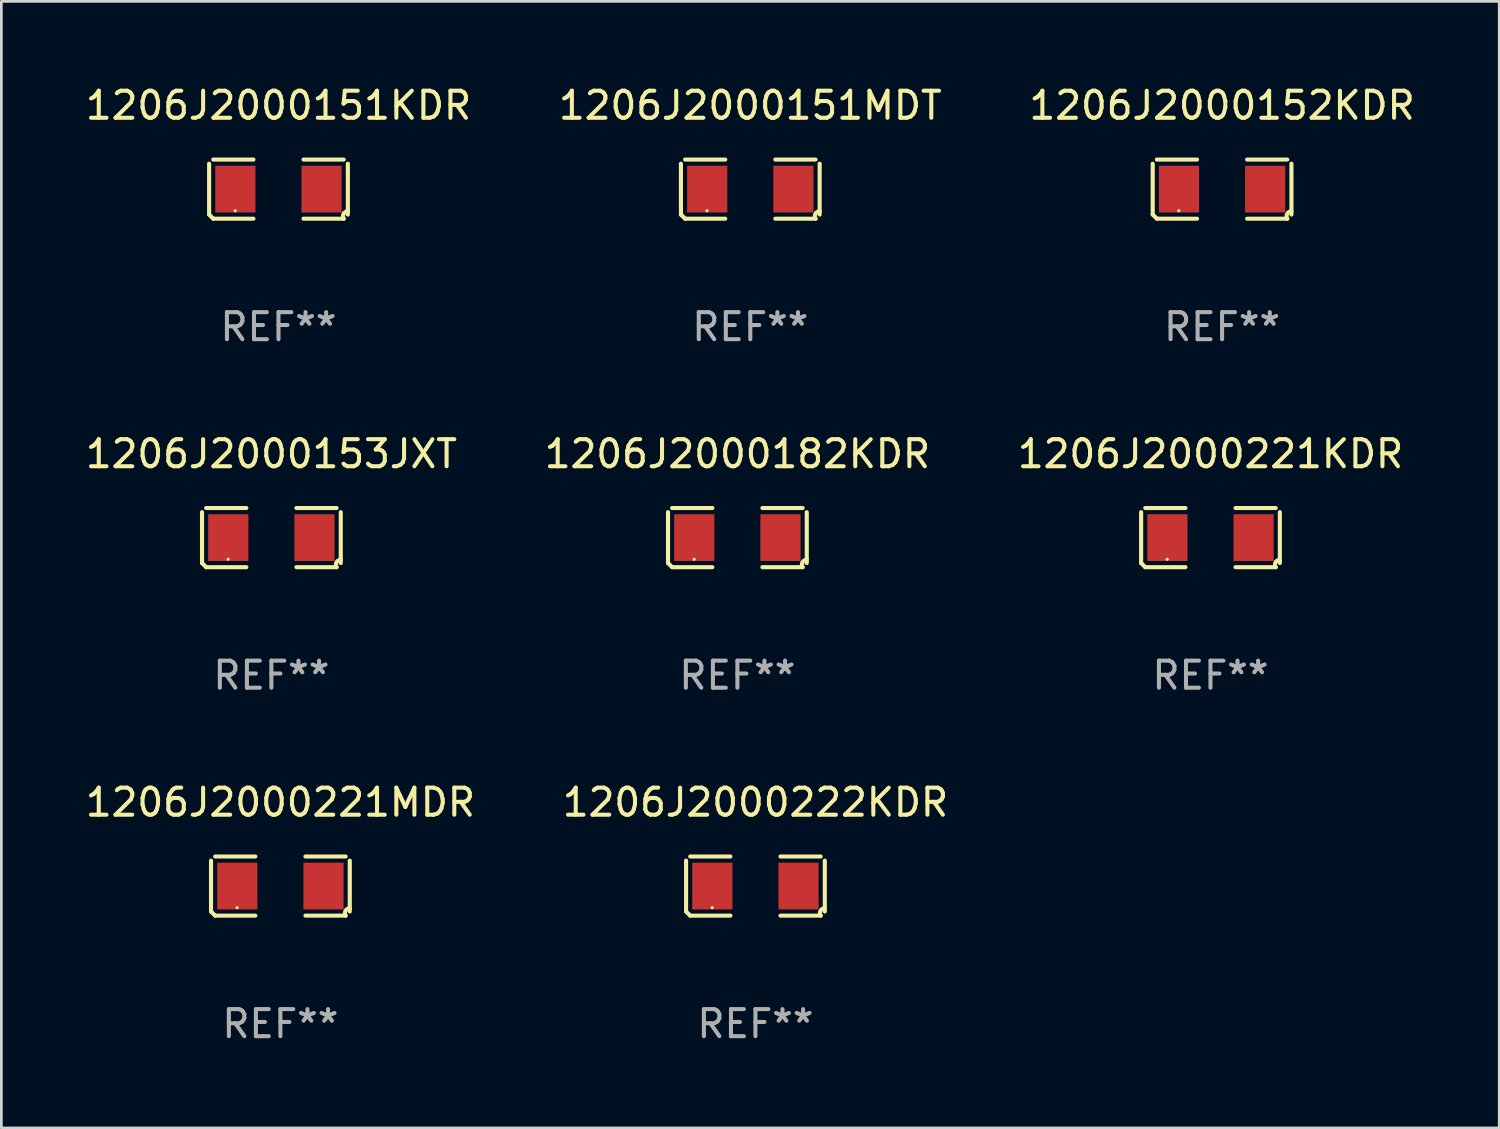
<source format=kicad_pcb>
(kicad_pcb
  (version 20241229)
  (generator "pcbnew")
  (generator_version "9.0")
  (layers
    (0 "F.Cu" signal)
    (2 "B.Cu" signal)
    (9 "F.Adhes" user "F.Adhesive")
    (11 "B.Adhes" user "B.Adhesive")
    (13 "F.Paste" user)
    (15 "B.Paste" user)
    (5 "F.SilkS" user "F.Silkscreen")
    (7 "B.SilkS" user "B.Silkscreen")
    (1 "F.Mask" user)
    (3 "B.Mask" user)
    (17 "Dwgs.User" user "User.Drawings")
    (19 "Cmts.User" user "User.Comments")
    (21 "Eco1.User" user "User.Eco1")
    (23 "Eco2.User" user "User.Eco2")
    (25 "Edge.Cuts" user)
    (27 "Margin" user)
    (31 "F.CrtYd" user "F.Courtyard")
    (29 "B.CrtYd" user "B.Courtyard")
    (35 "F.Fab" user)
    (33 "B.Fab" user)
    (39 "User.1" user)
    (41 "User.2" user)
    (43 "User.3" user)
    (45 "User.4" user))
  (footprint "1206J2000151MDT"
    (layer "F.Cu")
    (at 24.685 3.941)
    (property "Reference" "1206J2000151MDT" (at 0 -3.093 0) (layer "F.SilkS") (effects (font (size 1 1) (thickness 0.15))))
    (attr through_hole)
    (fp_line (start -2.564 0.94) (end -2.564 -0.94) (stroke (width 0.152) (type solid)) (layer "F.SilkS"))
    (fp_line (start -2.411 -1.093) (end -0.926 -1.093) (stroke (width 0.152) (type solid)) (layer "F.SilkS"))
    (fp_line (start -0.926 1.093) (end -2.411 1.093) (stroke (width 0.152) (type solid)) (layer "F.SilkS"))
    (fp_line (start 0.926 1.093) (end 2.411 1.093) (stroke (width 0.152) (type solid)) (layer "F.SilkS"))
    (fp_line (start 2.411 -1.093) (end 0.926 -1.093) (stroke (width 0.152) (type solid)) (layer "F.SilkS"))
    (fp_line (start 2.564 0.94) (end 2.564 -0.94) (stroke (width 0.152) (type solid)) (layer "F.SilkS"))
    (fp_arc (start -2.411201 1.092609) (mid -2.487413 1.01642) (end -2.563602 0.940208) (stroke (width 0.1524) (type solid)) (layer "F.SilkS"))
    (fp_arc (start 2.411201 1.092609) (mid 2.407159 0.911226) (end 2.563602 0.819347) (stroke (width 0.1524) (type solid)) (layer "F.SilkS"))
    (fp_circle (center -1.6 0.8) (end -1.57 0.8) (stroke (width 0.06) (type solid)) (fill no) (layer "F.SilkS"))
    (fp_text user "REF**" (at 0 5.093 0) (layer "F.Fab") (effects (font (size 1 1) (thickness 0.15))))
    (pad "1" smd rect (at -1.593 0) (size 1.485 1.728) (layers "F.Cu" "F.Mask" "F.Paste"))
    (pad "2" smd rect (at 1.593 0) (size 1.485 1.728) (layers "F.Cu" "F.Mask" "F.Paste")))
  (footprint "1206J2000182KDR"
    (layer "F.Cu")
    (at 24.208 16.823)
    (property "Reference" "1206J2000182KDR" (at 0 -3.093 0) (layer "F.SilkS") (effects (font (size 1 1) (thickness 0.15))))
    (attr through_hole)
    (fp_line (start -2.564 0.94) (end -2.564 -0.94) (stroke (width 0.152) (type solid)) (layer "F.SilkS"))
    (fp_line (start -2.411 -1.093) (end -0.926 -1.093) (stroke (width 0.152) (type solid)) (layer "F.SilkS"))
    (fp_line (start -0.926 1.093) (end -2.411 1.093) (stroke (width 0.152) (type solid)) (layer "F.SilkS"))
    (fp_line (start 0.926 1.093) (end 2.411 1.093) (stroke (width 0.152) (type solid)) (layer "F.SilkS"))
    (fp_line (start 2.411 -1.093) (end 0.926 -1.093) (stroke (width 0.152) (type solid)) (layer "F.SilkS"))
    (fp_line (start 2.564 0.94) (end 2.564 -0.94) (stroke (width 0.152) (type solid)) (layer "F.SilkS"))
    (fp_arc (start -2.411201 1.092609) (mid -2.487413 1.01642) (end -2.563602 0.940208) (stroke (width 0.1524) (type solid)) (layer "F.SilkS"))
    (fp_arc (start 2.411201 1.092609) (mid 2.407159 0.911226) (end 2.563602 0.819347) (stroke (width 0.1524) (type solid)) (layer "F.SilkS"))
    (fp_circle (center -1.6 0.8) (end -1.57 0.8) (stroke (width 0.06) (type solid)) (fill no) (layer "F.SilkS"))
    (fp_text user "REF**" (at 0 5.093 0) (layer "F.Fab") (effects (font (size 1 1) (thickness 0.15))))
    (pad "1" smd rect (at -1.593 0) (size 1.485 1.728) (layers "F.Cu" "F.Mask" "F.Paste"))
    (pad "2" smd rect (at 1.593 0) (size 1.485 1.728) (layers "F.Cu" "F.Mask" "F.Paste")))
  (footprint "1206J2000221MDR"
    (layer "F.Cu")
    (at 7.315 29.704)
    (property "Reference" "1206J2000221MDR" (at 0 -3.093 0) (layer "F.SilkS") (effects (font (size 1 1) (thickness 0.15))))
    (attr through_hole)
    (fp_line (start -2.564 0.94) (end -2.564 -0.94) (stroke (width 0.152) (type solid)) (layer "F.SilkS"))
    (fp_line (start -2.411 -1.093) (end -0.926 -1.093) (stroke (width 0.152) (type solid)) (layer "F.SilkS"))
    (fp_line (start -0.926 1.093) (end -2.411 1.093) (stroke (width 0.152) (type solid)) (layer "F.SilkS"))
    (fp_line (start 0.926 1.093) (end 2.411 1.093) (stroke (width 0.152) (type solid)) (layer "F.SilkS"))
    (fp_line (start 2.411 -1.093) (end 0.926 -1.093) (stroke (width 0.152) (type solid)) (layer "F.SilkS"))
    (fp_line (start 2.564 0.94) (end 2.564 -0.94) (stroke (width 0.152) (type solid)) (layer "F.SilkS"))
    (fp_arc (start -2.411201 1.092609) (mid -2.487413 1.01642) (end -2.563602 0.940208) (stroke (width 0.1524) (type solid)) (layer "F.SilkS"))
    (fp_arc (start 2.411201 1.092609) (mid 2.407159 0.911226) (end 2.563602 0.819347) (stroke (width 0.1524) (type solid)) (layer "F.SilkS"))
    (fp_circle (center -1.6 0.8) (end -1.57 0.8) (stroke (width 0.06) (type solid)) (fill no) (layer "F.SilkS"))
    (fp_text user "REF**" (at 0 5.093 0) (layer "F.Fab") (effects (font (size 1 1) (thickness 0.15))))
    (pad "1" smd rect (at -1.593 0) (size 1.485 1.728) (layers "F.Cu" "F.Mask" "F.Paste"))
    (pad "2" smd rect (at 1.593 0) (size 1.485 1.728) (layers "F.Cu" "F.Mask" "F.Paste")))
  (footprint "1206J2000222KDR"
    (layer "F.Cu")
    (at 24.875 29.704)
    (property "Reference" "1206J2000222KDR" (at 0 -3.093 0) (layer "F.SilkS") (effects (font (size 1 1) (thickness 0.15))))
    (attr through_hole)
    (fp_line (start -2.564 0.94) (end -2.564 -0.94) (stroke (width 0.152) (type solid)) (layer "F.SilkS"))
    (fp_line (start -2.411 -1.093) (end -0.926 -1.093) (stroke (width 0.152) (type solid)) (layer "F.SilkS"))
    (fp_line (start -0.926 1.093) (end -2.411 1.093) (stroke (width 0.152) (type solid)) (layer "F.SilkS"))
    (fp_line (start 0.926 1.093) (end 2.411 1.093) (stroke (width 0.152) (type solid)) (layer "F.SilkS"))
    (fp_line (start 2.411 -1.093) (end 0.926 -1.093) (stroke (width 0.152) (type solid)) (layer "F.SilkS"))
    (fp_line (start 2.564 0.94) (end 2.564 -0.94) (stroke (width 0.152) (type solid)) (layer "F.SilkS"))
    (fp_arc (start -2.411201 1.092609) (mid -2.487413 1.01642) (end -2.563602 0.940208) (stroke (width 0.1524) (type solid)) (layer "F.SilkS"))
    (fp_arc (start 2.411201 1.092609) (mid 2.407159 0.911226) (end 2.563602 0.819347) (stroke (width 0.1524) (type solid)) (layer "F.SilkS"))
    (fp_circle (center -1.6 0.8) (end -1.57 0.8) (stroke (width 0.06) (type solid)) (fill no) (layer "F.SilkS"))
    (fp_text user "REF**" (at 0 5.093 0) (layer "F.Fab") (effects (font (size 1 1) (thickness 0.15))))
    (pad "1" smd rect (at -1.593 0) (size 1.485 1.728) (layers "F.Cu" "F.Mask" "F.Paste"))
    (pad "2" smd rect (at 1.593 0) (size 1.485 1.728) (layers "F.Cu" "F.Mask" "F.Paste")))
  (footprint "1206J2000153JXT"
    (layer "F.Cu")
    (at 6.982 16.823)
    (property "Reference" "1206J2000153JXT" (at 0 -3.093 0) (layer "F.SilkS") (effects (font (size 1 1) (thickness 0.15))))
    (attr through_hole)
    (fp_line (start -2.564 0.94) (end -2.564 -0.94) (stroke (width 0.152) (type solid)) (layer "F.SilkS"))
    (fp_line (start -2.411 -1.093) (end -0.926 -1.093) (stroke (width 0.152) (type solid)) (layer "F.SilkS"))
    (fp_line (start -0.926 1.093) (end -2.411 1.093) (stroke (width 0.152) (type solid)) (layer "F.SilkS"))
    (fp_line (start 0.926 1.093) (end 2.411 1.093) (stroke (width 0.152) (type solid)) (layer "F.SilkS"))
    (fp_line (start 2.411 -1.093) (end 0.926 -1.093) (stroke (width 0.152) (type solid)) (layer "F.SilkS"))
    (fp_line (start 2.564 0.94) (end 2.564 -0.94) (stroke (width 0.152) (type solid)) (layer "F.SilkS"))
    (fp_arc (start -2.411201 1.092609) (mid -2.487413 1.01642) (end -2.563602 0.940208) (stroke (width 0.1524) (type solid)) (layer "F.SilkS"))
    (fp_arc (start 2.411201 1.092609) (mid 2.407159 0.911226) (end 2.563602 0.819347) (stroke (width 0.1524) (type solid)) (layer "F.SilkS"))
    (fp_circle (center -1.6 0.8) (end -1.57 0.8) (stroke (width 0.06) (type solid)) (fill no) (layer "F.SilkS"))
    (fp_text user "REF**" (at 0 5.093 0) (layer "F.Fab") (effects (font (size 1 1) (thickness 0.15))))
    (pad "1" smd rect (at -1.593 0) (size 1.485 1.728) (layers "F.Cu" "F.Mask" "F.Paste"))
    (pad "2" smd rect (at 1.593 0) (size 1.485 1.728) (layers "F.Cu" "F.Mask" "F.Paste")))
  (footprint "1206J2000151KDR"
    (layer "F.Cu")
    (at 7.244 3.941)
    (property "Reference" "1206J2000151KDR" (at 0 -3.093 0) (layer "F.SilkS") (effects (font (size 1 1) (thickness 0.15))))
    (attr through_hole)
    (fp_line (start -2.564 0.94) (end -2.564 -0.94) (stroke (width 0.152) (type solid)) (layer "F.SilkS"))
    (fp_line (start -2.411 -1.093) (end -0.926 -1.093) (stroke (width 0.152) (type solid)) (layer "F.SilkS"))
    (fp_line (start -0.926 1.093) (end -2.411 1.093) (stroke (width 0.152) (type solid)) (layer "F.SilkS"))
    (fp_line (start 0.926 1.093) (end 2.411 1.093) (stroke (width 0.152) (type solid)) (layer "F.SilkS"))
    (fp_line (start 2.411 -1.093) (end 0.926 -1.093) (stroke (width 0.152) (type solid)) (layer "F.SilkS"))
    (fp_line (start 2.564 0.94) (end 2.564 -0.94) (stroke (width 0.152) (type solid)) (layer "F.SilkS"))
    (fp_arc (start -2.411201 1.092609) (mid -2.487413 1.01642) (end -2.563602 0.940208) (stroke (width 0.1524) (type solid)) (layer "F.SilkS"))
    (fp_arc (start 2.411201 1.092609) (mid 2.407159 0.911226) (end 2.563602 0.819347) (stroke (width 0.1524) (type solid)) (layer "F.SilkS"))
    (fp_circle (center -1.6 0.8) (end -1.57 0.8) (stroke (width 0.06) (type solid)) (fill no) (layer "F.SilkS"))
    (fp_text user "REF**" (at 0 5.093 0) (layer "F.Fab") (effects (font (size 1 1) (thickness 0.15))))
    (pad "1" smd rect (at -1.593 0) (size 1.485 1.728) (layers "F.Cu" "F.Mask" "F.Paste"))
    (pad "2" smd rect (at 1.593 0) (size 1.485 1.728) (layers "F.Cu" "F.Mask" "F.Paste")))
  (footprint "1206J2000152KDR"
    (layer "F.Cu")
    (at 42.125 3.941)
    (property "Reference" "1206J2000152KDR" (at 0 -3.093 0) (layer "F.SilkS") (effects (font (size 1 1) (thickness 0.15))))
    (attr through_hole)
    (fp_line (start -2.564 0.94) (end -2.564 -0.94) (stroke (width 0.152) (type solid)) (layer "F.SilkS"))
    (fp_line (start -2.411 -1.093) (end -0.926 -1.093) (stroke (width 0.152) (type solid)) (layer "F.SilkS"))
    (fp_line (start -0.926 1.093) (end -2.411 1.093) (stroke (width 0.152) (type solid)) (layer "F.SilkS"))
    (fp_line (start 0.926 1.093) (end 2.411 1.093) (stroke (width 0.152) (type solid)) (layer "F.SilkS"))
    (fp_line (start 2.411 -1.093) (end 0.926 -1.093) (stroke (width 0.152) (type solid)) (layer "F.SilkS"))
    (fp_line (start 2.564 0.94) (end 2.564 -0.94) (stroke (width 0.152) (type solid)) (layer "F.SilkS"))
    (fp_arc (start -2.411201 1.092609) (mid -2.487413 1.01642) (end -2.563602 0.940208) (stroke (width 0.1524) (type solid)) (layer "F.SilkS"))
    (fp_arc (start 2.411201 1.092609) (mid 2.407159 0.911226) (end 2.563602 0.819347) (stroke (width 0.1524) (type solid)) (layer "F.SilkS"))
    (fp_circle (center -1.6 0.8) (end -1.57 0.8) (stroke (width 0.06) (type solid)) (fill no) (layer "F.SilkS"))
    (fp_text user "REF**" (at 0 5.093 0) (layer "F.Fab") (effects (font (size 1 1) (thickness 0.15))))
    (pad "1" smd rect (at -1.593 0) (size 1.485 1.728) (layers "F.Cu" "F.Mask" "F.Paste"))
    (pad "2" smd rect (at 1.593 0) (size 1.485 1.728) (layers "F.Cu" "F.Mask" "F.Paste")))
  (footprint "1206J2000221KDR"
    (layer "F.Cu")
    (at 41.696 16.823)
    (property "Reference" "1206J2000221KDR" (at 0 -3.093 0) (layer "F.SilkS") (effects (font (size 1 1) (thickness 0.15))))
    (attr through_hole)
    (fp_line (start -2.564 0.94) (end -2.564 -0.94) (stroke (width 0.152) (type solid)) (layer "F.SilkS"))
    (fp_line (start -2.411 -1.093) (end -0.926 -1.093) (stroke (width 0.152) (type solid)) (layer "F.SilkS"))
    (fp_line (start -0.926 1.093) (end -2.411 1.093) (stroke (width 0.152) (type solid)) (layer "F.SilkS"))
    (fp_line (start 0.926 1.093) (end 2.411 1.093) (stroke (width 0.152) (type solid)) (layer "F.SilkS"))
    (fp_line (start 2.411 -1.093) (end 0.926 -1.093) (stroke (width 0.152) (type solid)) (layer "F.SilkS"))
    (fp_line (start 2.564 0.94) (end 2.564 -0.94) (stroke (width 0.152) (type solid)) (layer "F.SilkS"))
    (fp_arc (start -2.411201 1.092609) (mid -2.487413 1.01642) (end -2.563602 0.940208) (stroke (width 0.1524) (type solid)) (layer "F.SilkS"))
    (fp_arc (start 2.411201 1.092609) (mid 2.407159 0.911226) (end 2.563602 0.819347) (stroke (width 0.1524) (type solid)) (layer "F.SilkS"))
    (fp_circle (center -1.6 0.8) (end -1.57 0.8) (stroke (width 0.06) (type solid)) (fill no) (layer "F.SilkS"))
    (fp_text user "REF**" (at 0 5.093 0) (layer "F.Fab") (effects (font (size 1 1) (thickness 0.15))))
    (pad "1" smd rect (at -1.593 0) (size 1.485 1.728) (layers "F.Cu" "F.Mask" "F.Paste"))
    (pad "2" smd rect (at 1.593 0) (size 1.485 1.728) (layers "F.Cu" "F.Mask" "F.Paste")))
  (gr_rect
    (start -3 -3)
    (end 52.369 38.645)
    (stroke (width 0.1) (type default))
    (fill no)
    (layer "Edge.Cuts")))
</source>
